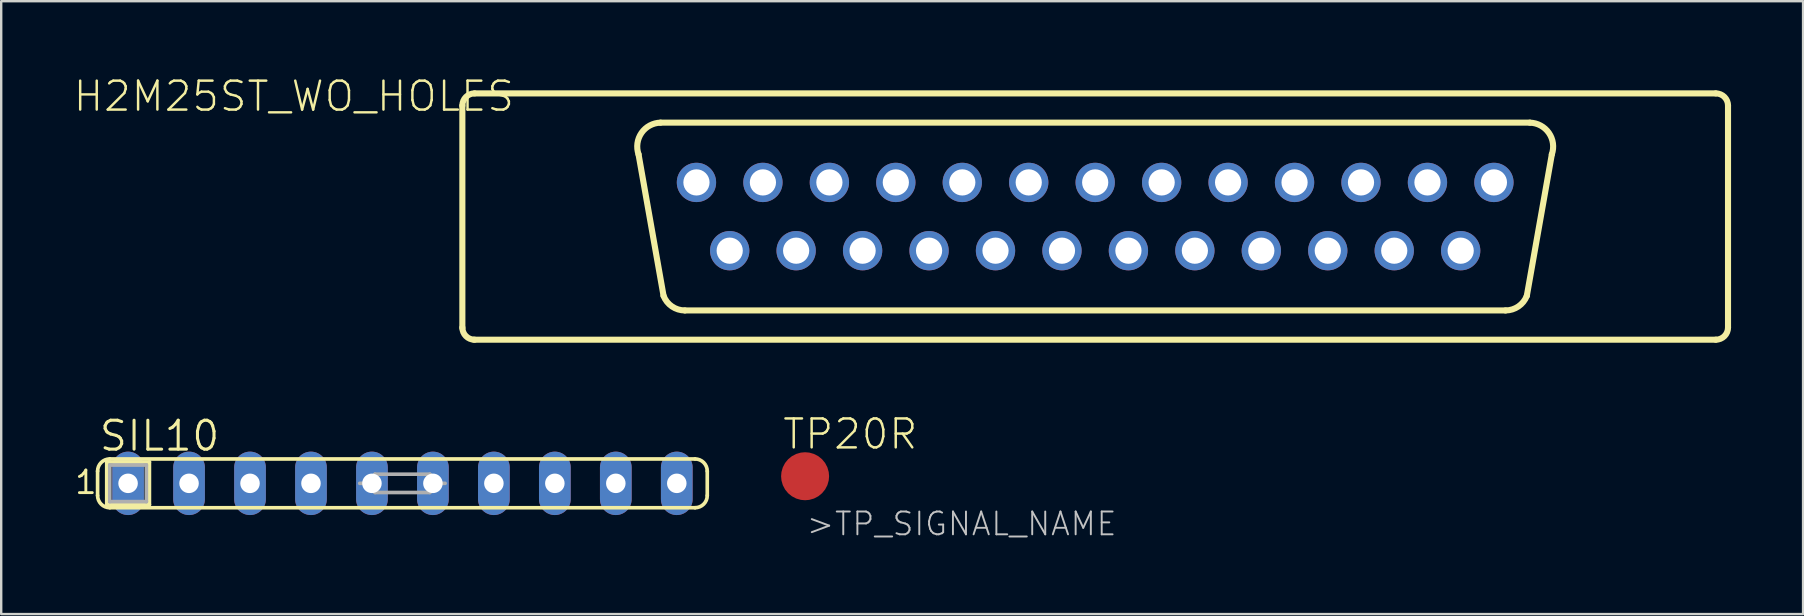
<source format=kicad_pcb>
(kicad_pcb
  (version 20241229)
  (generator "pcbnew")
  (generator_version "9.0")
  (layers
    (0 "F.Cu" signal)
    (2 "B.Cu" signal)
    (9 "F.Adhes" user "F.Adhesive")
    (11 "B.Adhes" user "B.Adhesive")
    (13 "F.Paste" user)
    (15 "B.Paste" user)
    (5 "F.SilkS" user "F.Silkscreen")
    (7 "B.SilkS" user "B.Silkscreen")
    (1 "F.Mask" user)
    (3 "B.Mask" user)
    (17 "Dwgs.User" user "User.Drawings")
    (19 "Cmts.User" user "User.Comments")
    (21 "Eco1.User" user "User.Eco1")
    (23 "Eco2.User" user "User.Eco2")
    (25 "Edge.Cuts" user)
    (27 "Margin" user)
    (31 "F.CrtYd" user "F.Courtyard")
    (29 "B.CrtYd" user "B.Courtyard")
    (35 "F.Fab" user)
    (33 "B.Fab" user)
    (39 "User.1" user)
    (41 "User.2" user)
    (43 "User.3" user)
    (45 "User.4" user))
  (footprint "SIL10"
    (layer "F.Cu")
    (at 13.716 17.087)
    (property "Reference" "SIL10" (at -12.7 -1.27 0) (layer "F.SilkS") (effects (font (size 1.206 1.206) (thickness 0.127)) (justify left bottom)))
    (attr through_hole)
    (fp_line (start -12.7 0.508) (end -12.7 -0.508) (stroke (width 0.152) (type solid)) (layer "F.SilkS"))
    (fp_line (start -12.319 -0.889) (end -10.541 -0.889) (stroke (width 0.152) (type solid)) (layer "F.SilkS"))
    (fp_line (start -12.319 0.889) (end -12.319 -0.889) (stroke (width 0.152) (type solid)) (layer "F.SilkS"))
    (fp_line (start -12.192 1.016) (end 12.192 1.016) (stroke (width 0.152) (type solid)) (layer "F.SilkS"))
    (fp_line (start -10.541 -0.889) (end -10.541 0.889) (stroke (width 0.152) (type solid)) (layer "F.SilkS"))
    (fp_line (start -10.541 0.889) (end -12.319 0.889) (stroke (width 0.152) (type solid)) (layer "F.SilkS"))
    (fp_line (start 12.192 -1.016) (end -12.192 -1.016) (stroke (width 0.152) (type solid)) (layer "F.SilkS"))
    (fp_line (start 12.7 -0.508) (end 12.7 0.508) (stroke (width 0.152) (type solid)) (layer "F.SilkS"))
    (fp_arc (start -12.7 -0.508) (mid -12.55121 -0.86721) (end -12.191999 -1.015999) (stroke (width 0.1524) (type solid)) (layer "F.SilkS"))
    (fp_arc (start -12.191999 1.015999) (mid -12.55121 0.86721) (end -12.7 0.508) (stroke (width 0.1524) (type solid)) (layer "F.SilkS"))
    (fp_arc (start 12.192 -1.016) (mid 12.551211 -0.86721) (end 12.700001 -0.507999) (stroke (width 0.1524) (type solid)) (layer "F.SilkS"))
    (fp_arc (start 12.700001 0.507999) (mid 12.551211 0.86721) (end 12.192 1.016) (stroke (width 0.1524) (type solid)) (layer "F.SilkS"))
    (fp_line (start -12.192 -0.762) (end -10.668 -0.762) (stroke (width 0.152) (type solid)) (layer "F.Fab"))
    (fp_line (start -12.192 0.762) (end -12.192 -0.762) (stroke (width 0.152) (type solid)) (layer "F.Fab"))
    (fp_line (start -10.668 -0.762) (end -10.668 0.762) (stroke (width 0.152) (type solid)) (layer "F.Fab"))
    (fp_line (start -10.668 0.762) (end -12.192 0.762) (stroke (width 0.152) (type solid)) (layer "F.Fab"))
    (fp_line (start -1.778 0) (end -1.143 0) (stroke (width 0.152) (type solid)) (layer "F.Fab"))
    (fp_line (start -1.143 -0.381) (end 1.143 -0.381) (stroke (width 0.152) (type solid)) (layer "F.Fab"))
    (fp_line (start -1.143 0) (end -1.143 -0.381) (stroke (width 0.152) (type solid)) (layer "F.Fab"))
    (fp_line (start -1.143 0.381) (end -1.143 0) (stroke (width 0.152) (type solid)) (layer "F.Fab"))
    (fp_line (start 1.143 -0.381) (end 1.143 0) (stroke (width 0.152) (type solid)) (layer "F.Fab"))
    (fp_line (start 1.143 0) (end 1.143 0.381) (stroke (width 0.152) (type solid)) (layer "F.Fab"))
    (fp_line (start 1.143 0.381) (end -1.143 0.381) (stroke (width 0.152) (type solid)) (layer "F.Fab"))
    (fp_line (start 1.778 0) (end 1.143 0) (stroke (width 0.152) (type solid)) (layer "F.Fab"))
    (fp_text user "1" (at -13.716 0.508 0) (layer "F.SilkS") (effects (font (size 0.941 0.941) (thickness 0.119)) (justify left bottom)))
    (pad "1" thru_hole oval (at -11.43 0 90) (size 2.642 1.321) (drill 0.813) (layers "*.Cu" "*.Mask"))
    (pad "2" thru_hole oval (at -8.89 0 90) (size 2.642 1.321) (drill 0.813) (layers "*.Cu" "*.Mask"))
    (pad "3" thru_hole oval (at -6.35 0 90) (size 2.642 1.321) (drill 0.813) (layers "*.Cu" "*.Mask"))
    (pad "4" thru_hole oval (at -3.81 0 90) (size 2.642 1.321) (drill 0.813) (layers "*.Cu" "*.Mask"))
    (pad "5" thru_hole oval (at -1.27 0 90) (size 2.642 1.321) (drill 0.813) (layers "*.Cu" "*.Mask"))
    (pad "6" thru_hole oval (at 1.27 0 90) (size 2.642 1.321) (drill 0.813) (layers "*.Cu" "*.Mask"))
    (pad "7" thru_hole oval (at 3.81 0 90) (size 2.642 1.321) (drill 0.813) (layers "*.Cu" "*.Mask"))
    (pad "8" thru_hole oval (at 6.35 0 90) (size 2.642 1.321) (drill 0.813) (layers "*.Cu" "*.Mask"))
    (pad "9" thru_hole oval (at 8.89 0 90) (size 2.642 1.321) (drill 0.813) (layers "*.Cu" "*.Mask"))
    (pad "10" thru_hole oval (at 11.43 0 90) (size 2.642 1.321) (drill 0.813) (layers "*.Cu" "*.Mask")))
  (footprint "H2M25ST_WO_HOLES"
    (layer "F.Cu")
    (at 42.578 5.972)
    (property "Reference" "H2M25ST_WO_HOLES" (at -24.13 -5.715 0) (layer "F.SilkS") (effects (font (size 1.206 1.206) (thickness 0.102)) (justify right top)))
    (attr through_hole)
    (fp_line (start -26.365 4.648) (end -26.365 -4.623) (stroke (width 0.254) (type solid)) (layer "F.SilkS"))
    (fp_line (start -25.857 -5.131) (end 25.857 -5.131) (stroke (width 0.254) (type solid)) (layer "F.SilkS"))
    (fp_line (start -17.983 3.302) (end -19.025 -2.591) (stroke (width 0.254) (type solid)) (layer "F.SilkS"))
    (fp_line (start 17.094 3.912) (end -17.094 3.912) (stroke (width 0.254) (type solid)) (layer "F.SilkS"))
    (fp_line (start 17.983 3.302) (end 19.025 -2.591) (stroke (width 0.254) (type solid)) (layer "F.SilkS"))
    (fp_line (start 18.11 -3.912) (end -18.11 -3.912) (stroke (width 0.254) (type solid)) (layer "F.SilkS"))
    (fp_line (start 25.857 5.131) (end -25.883 5.131) (stroke (width 0.254) (type solid)) (layer "F.SilkS"))
    (fp_line (start 26.365 -4.623) (end 26.365 4.623) (stroke (width 0.254) (type solid)) (layer "F.SilkS"))
    (fp_arc (start -26.3652 -4.6228) (mid -26.21641 -4.98201) (end -25.8572 -5.1308) (stroke (width 0.254) (type solid)) (layer "F.SilkS"))
    (fp_arc (start -25.8572 5.1308) (mid -26.21641 4.98201) (end -26.3652 4.6228) (stroke (width 0.254) (type solid)) (layer "F.SilkS"))
    (fp_arc (start -19.0246 -2.5908) (mid -18.902742 -3.483361) (end -18.110198 -3.911601) (stroke (width 0.254) (type solid)) (layer "F.SilkS"))
    (fp_arc (start -17.094199 3.911601) (mid -17.633228 3.744655) (end -17.9832 3.302) (stroke (width 0.254) (type solid)) (layer "F.SilkS"))
    (fp_arc (start 17.983199 3.301999) (mid 17.633228 3.744653) (end 17.0942 3.9116) (stroke (width 0.254) (type solid)) (layer "F.SilkS"))
    (fp_arc (start 18.1102 -3.9116) (mid 18.902743 -3.48336) (end 19.024599 -2.590799) (stroke (width 0.254) (type solid)) (layer "F.SilkS"))
    (fp_arc (start 25.8572 -5.1308) (mid 26.21641 -4.98201) (end 26.3652 -4.6228) (stroke (width 0.254) (type solid)) (layer "F.SilkS"))
    (fp_arc (start 26.3652 4.6228) (mid 26.21641 4.98201) (end 25.8572 5.1308) (stroke (width 0.254) (type solid)) (layer "F.SilkS"))
    (pad "1" thru_hole circle (at -16.612 -1.422 180) (size 1.638 1.638) (drill 1.092) (layers "*.Cu" "*.Mask"))
    (pad "2" thru_hole circle (at -13.843 -1.422 180) (size 1.638 1.638) (drill 1.092) (layers "*.Cu" "*.Mask"))
    (pad "3" thru_hole circle (at -11.074 -1.422 180) (size 1.638 1.638) (drill 1.092) (layers "*.Cu" "*.Mask"))
    (pad "4" thru_hole circle (at -8.306 -1.422 180) (size 1.638 1.638) (drill 1.092) (layers "*.Cu" "*.Mask"))
    (pad "5" thru_hole circle (at -5.537 -1.422 180) (size 1.638 1.638) (drill 1.092) (layers "*.Cu" "*.Mask"))
    (pad "6" thru_hole circle (at -2.769 -1.422 180) (size 1.638 1.638) (drill 1.092) (layers "*.Cu" "*.Mask"))
    (pad "7" thru_hole circle (at 0 -1.422 180) (size 1.638 1.638) (drill 1.092) (layers "*.Cu" "*.Mask"))
    (pad "8" thru_hole circle (at 2.769 -1.422 180) (size 1.638 1.638) (drill 1.092) (layers "*.Cu" "*.Mask"))
    (pad "9" thru_hole circle (at 5.537 -1.422 180) (size 1.638 1.638) (drill 1.092) (layers "*.Cu" "*.Mask"))
    (pad "10" thru_hole circle (at 8.306 -1.422 180) (size 1.638 1.638) (drill 1.092) (layers "*.Cu" "*.Mask"))
    (pad "11" thru_hole circle (at 11.074 -1.422 180) (size 1.638 1.638) (drill 1.092) (layers "*.Cu" "*.Mask"))
    (pad "12" thru_hole circle (at 13.843 -1.422 180) (size 1.638 1.638) (drill 1.092) (layers "*.Cu" "*.Mask"))
    (pad "13" thru_hole circle (at 16.612 -1.422 180) (size 1.638 1.638) (drill 1.092) (layers "*.Cu" "*.Mask"))
    (pad "14" thru_hole circle (at -15.227 1.422 180) (size 1.638 1.638) (drill 1.092) (layers "*.Cu" "*.Mask"))
    (pad "15" thru_hole circle (at -12.459 1.422 180) (size 1.638 1.638) (drill 1.092) (layers "*.Cu" "*.Mask"))
    (pad "16" thru_hole circle (at -9.69 1.422 180) (size 1.638 1.638) (drill 1.092) (layers "*.Cu" "*.Mask"))
    (pad "17" thru_hole circle (at -6.921 1.422 180) (size 1.638 1.638) (drill 1.092) (layers "*.Cu" "*.Mask"))
    (pad "18" thru_hole circle (at -4.153 1.422 180) (size 1.638 1.638) (drill 1.092) (layers "*.Cu" "*.Mask"))
    (pad "19" thru_hole circle (at -1.384 1.422 180) (size 1.638 1.638) (drill 1.092) (layers "*.Cu" "*.Mask"))
    (pad "20" thru_hole circle (at 1.384 1.422 180) (size 1.638 1.638) (drill 1.092) (layers "*.Cu" "*.Mask"))
    (pad "21" thru_hole circle (at 4.153 1.422 180) (size 1.638 1.638) (drill 1.092) (layers "*.Cu" "*.Mask"))
    (pad "22" thru_hole circle (at 6.921 1.422 180) (size 1.638 1.638) (drill 1.092) (layers "*.Cu" "*.Mask"))
    (pad "23" thru_hole circle (at 9.69 1.422 180) (size 1.638 1.638) (drill 1.092) (layers "*.Cu" "*.Mask"))
    (pad "24" thru_hole circle (at 12.459 1.422 180) (size 1.638 1.638) (drill 1.092) (layers "*.Cu" "*.Mask"))
    (pad "25" thru_hole circle (at 15.227 1.422 180) (size 1.638 1.638) (drill 1.092) (layers "*.Cu" "*.Mask")))
  (footprint "TP20R"
    (layer "F.Cu")
    (at 30.492 16.791)
    (property "Reference" "TP20R" (at -1 -1.05 0) (layer "F.SilkS") (effects (font (size 1.206 1.206) (thickness 0.102)) (justify left bottom)))
    (attr through_hole)
    (fp_text user ">TP_SIGNAL_NAME" (at 0 2.54 0) (layer "Dwgs.User") (effects (font (size 0.95 0.95) (thickness 0.08)) (justify left bottom)))
    (pad "TP" smd roundrect (at 0 0) (size 2 2) (layers "F.Cu" "F.Mask") (roundrect_rratio 0.5)))
  (gr_rect
    (start -3 -3)
    (end 72.07 22.533)
    (stroke (width 0.1) (type default))
    (fill no)
    (layer "Edge.Cuts")))
</source>
